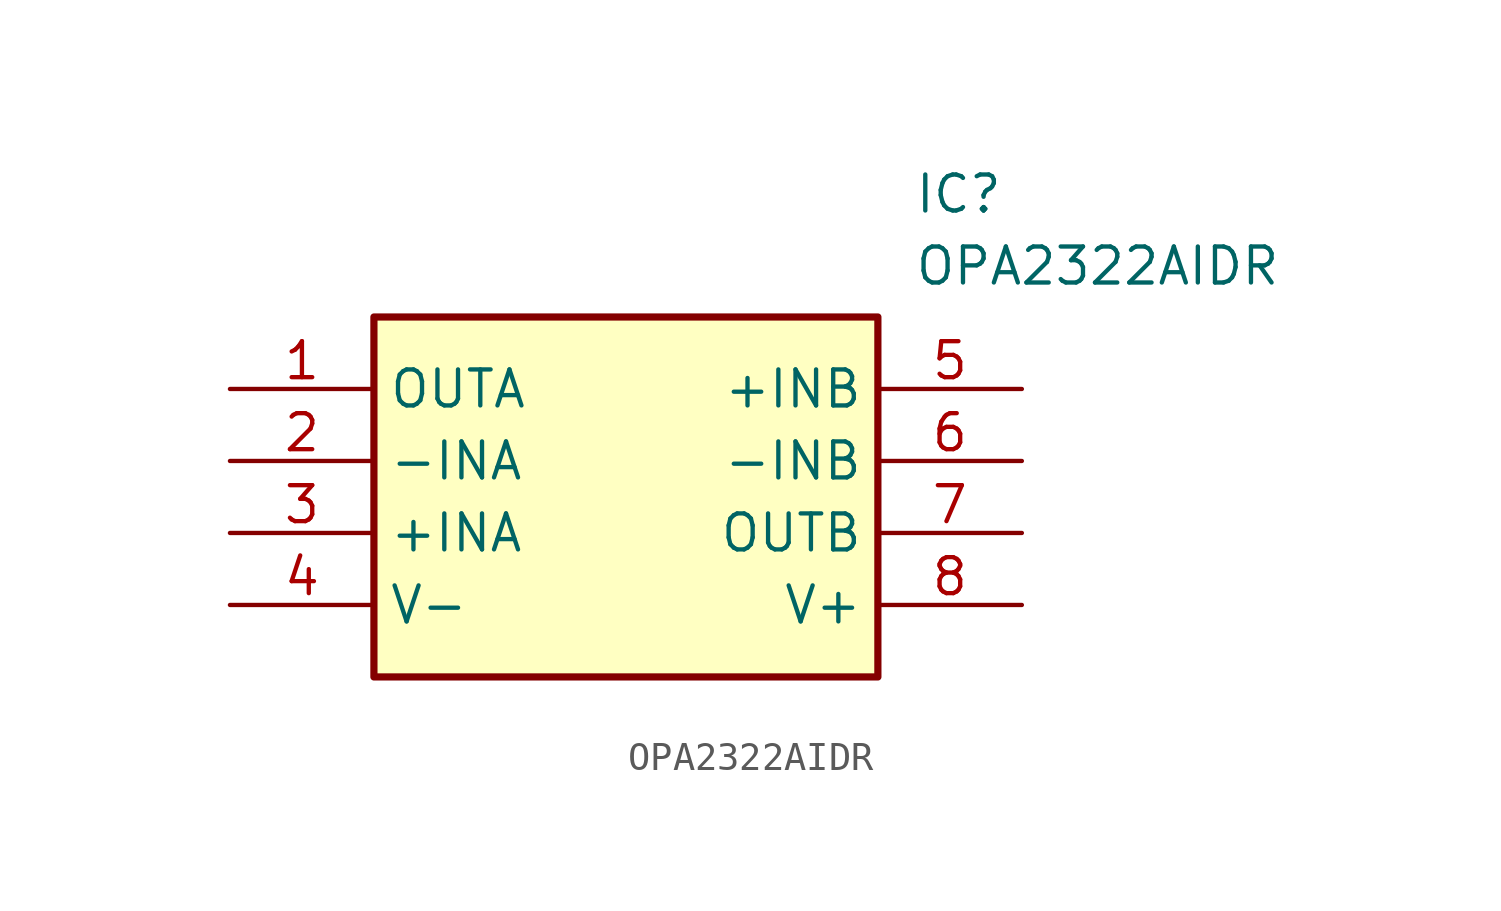
<source format=kicad_sym>
(kicad_symbol_lib
  (version 20211014)
  (generator SamacSys_ECAD_Model)
  (symbol "OPA2322AIDR"
    (property "Reference" "IC"
      (at 24.13 7.62 0)
      (effects (font (size 1.27 1.27)) (justify left top)))
    (property "Value" "OPA2322AIDR"
      (at 24.13 5.08 0)
      (effects (font (size 1.27 1.27)) (justify left top)))
    (rectangle
      (start 5.08 2.54)
      (end 22.86 -10.16)
      (stroke (width 0.254) (type default))
      (fill (type background)))
    (pin passive line
      (at 0 0 0)
      (length 5.08)
      (name "OUTA" (effects (font (size 1.27 1.27))))
      (number "1" (effects (font (size 1.27 1.27)))))
    (pin passive line
      (at 0 -2.54 0)
      (length 5.08)
      (name "-INA" (effects (font (size 1.27 1.27))))
      (number "2" (effects (font (size 1.27 1.27)))))
    (pin passive line
      (at 0 -5.08 0)
      (length 5.08)
      (name "+INA" (effects (font (size 1.27 1.27))))
      (number "3" (effects (font (size 1.27 1.27)))))
    (pin passive line
      (at 0 -7.62 0)
      (length 5.08)
      (name "V-" (effects (font (size 1.27 1.27))))
      (number "4" (effects (font (size 1.27 1.27)))))
    (pin passive line
      (at 27.94 0 180)
      (length 5.08)
      (name "+INB" (effects (font (size 1.27 1.27))))
      (number "5" (effects (font (size 1.27 1.27)))))
    (pin passive line
      (at 27.94 -2.54 180)
      (length 5.08)
      (name "-INB" (effects (font (size 1.27 1.27))))
      (number "6" (effects (font (size 1.27 1.27)))))
    (pin passive line
      (at 27.94 -5.08 180)
      (length 5.08)
      (name "OUTB" (effects (font (size 1.27 1.27))))
      (number "7" (effects (font (size 1.27 1.27)))))
    (pin passive line
      (at 27.94 -7.62 180)
      (length 5.08)
      (name "V+" (effects (font (size 1.27 1.27))))
      (number "8" (effects (font (size 1.27 1.27)))))))
</source>
